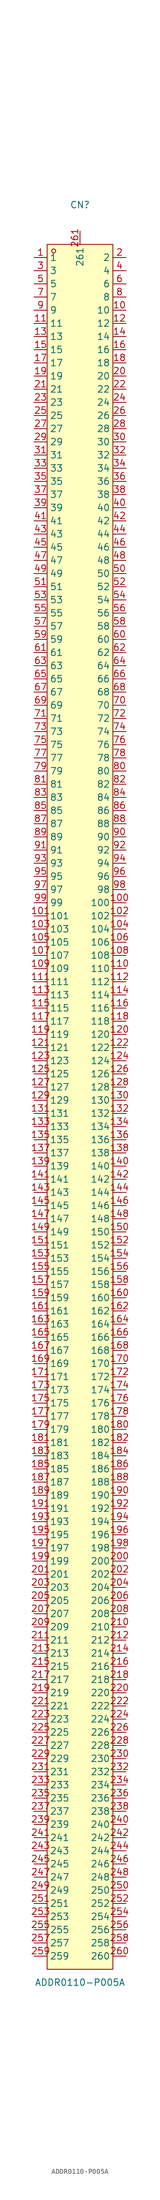
<source format=kicad_sym>
(kicad_symbol_lib
  (version 20231120)
  (generator "kicad_symbol_editor")
  (generator_version "8.0")
  (symbol "ADDR0110-P005A"
    (property "Reference" "CN"
      (at 0 173.99 0)
      (effects (font (size 1.27 1.27))))
    (property "Value" "ADDR0110-P005A"
      (at 0 -168.91 0)
      (effects (font (size 1.27 1.27))))
    (symbol "ADDR0110-P005A_0_1"
      (rectangle (start -6.35 166.37) (end 6.35 -166.37) (stroke (width 0) (type default)) (fill (type background)))
      (circle (center -5.08 165.1) (radius 0.38) (stroke (width 0) (type default)) (fill (type none)))
      (pin unspecified line (at -8.89 163.83 0) (length 2.54) (name "1" (effects (font (size 1.27 1.27)))) (number "1" (effects (font (size 1.27 1.27)))))
      (pin unspecified line (at 8.89 153.67 180) (length 2.54) (name "10" (effects (font (size 1.27 1.27)))) (number "10" (effects (font (size 1.27 1.27)))))
      (pin unspecified line (at 8.89 39.37 180) (length 2.54) (name "100" (effects (font (size 1.27 1.27)))) (number "100" (effects (font (size 1.27 1.27)))))
      (pin unspecified line (at -8.89 36.83 0) (length 2.54) (name "101" (effects (font (size 1.27 1.27)))) (number "101" (effects (font (size 1.27 1.27)))))
      (pin unspecified line (at 8.89 36.83 180) (length 2.54) (name "102" (effects (font (size 1.27 1.27)))) (number "102" (effects (font (size 1.27 1.27)))))
      (pin unspecified line (at -8.89 34.29 0) (length 2.54) (name "103" (effects (font (size 1.27 1.27)))) (number "103" (effects (font (size 1.27 1.27)))))
      (pin unspecified line (at 8.89 34.29 180) (length 2.54) (name "104" (effects (font (size 1.27 1.27)))) (number "104" (effects (font (size 1.27 1.27)))))
      (pin unspecified line (at -8.89 31.75 0) (length 2.54) (name "105" (effects (font (size 1.27 1.27)))) (number "105" (effects (font (size 1.27 1.27)))))
      (pin unspecified line (at 8.89 31.75 180) (length 2.54) (name "106" (effects (font (size 1.27 1.27)))) (number "106" (effects (font (size 1.27 1.27)))))
      (pin unspecified line (at -8.89 29.21 0) (length 2.54) (name "107" (effects (font (size 1.27 1.27)))) (number "107" (effects (font (size 1.27 1.27)))))
      (pin unspecified line (at 8.89 29.21 180) (length 2.54) (name "108" (effects (font (size 1.27 1.27)))) (number "108" (effects (font (size 1.27 1.27)))))
      (pin unspecified line (at -8.89 26.67 0) (length 2.54) (name "109" (effects (font (size 1.27 1.27)))) (number "109" (effects (font (size 1.27 1.27)))))
      (pin unspecified line (at -8.89 151.13 0) (length 2.54) (name "11" (effects (font (size 1.27 1.27)))) (number "11" (effects (font (size 1.27 1.27)))))
      (pin unspecified line (at 8.89 26.67 180) (length 2.54) (name "110" (effects (font (size 1.27 1.27)))) (number "110" (effects (font (size 1.27 1.27)))))
      (pin unspecified line (at -8.89 24.13 0) (length 2.54) (name "111" (effects (font (size 1.27 1.27)))) (number "111" (effects (font (size 1.27 1.27)))))
      (pin unspecified line (at 8.89 24.13 180) (length 2.54) (name "112" (effects (font (size 1.27 1.27)))) (number "112" (effects (font (size 1.27 1.27)))))
      (pin unspecified line (at -8.89 21.59 0) (length 2.54) (name "113" (effects (font (size 1.27 1.27)))) (number "113" (effects (font (size 1.27 1.27)))))
      (pin unspecified line (at 8.89 21.59 180) (length 2.54) (name "114" (effects (font (size 1.27 1.27)))) (number "114" (effects (font (size 1.27 1.27)))))
      (pin unspecified line (at -8.89 19.05 0) (length 2.54) (name "115" (effects (font (size 1.27 1.27)))) (number "115" (effects (font (size 1.27 1.27)))))
      (pin unspecified line (at 8.89 19.05 180) (length 2.54) (name "116" (effects (font (size 1.27 1.27)))) (number "116" (effects (font (size 1.27 1.27)))))
      (pin unspecified line (at -8.89 16.51 0) (length 2.54) (name "117" (effects (font (size 1.27 1.27)))) (number "117" (effects (font (size 1.27 1.27)))))
      (pin unspecified line (at 8.89 16.51 180) (length 2.54) (name "118" (effects (font (size 1.27 1.27)))) (number "118" (effects (font (size 1.27 1.27)))))
      (pin unspecified line (at -8.89 13.97 0) (length 2.54) (name "119" (effects (font (size 1.27 1.27)))) (number "119" (effects (font (size 1.27 1.27)))))
      (pin unspecified line (at 8.89 151.13 180) (length 2.54) (name "12" (effects (font (size 1.27 1.27)))) (number "12" (effects (font (size 1.27 1.27)))))
      (pin unspecified line (at 8.89 13.97 180) (length 2.54) (name "120" (effects (font (size 1.27 1.27)))) (number "120" (effects (font (size 1.27 1.27)))))
      (pin unspecified line (at -8.89 11.43 0) (length 2.54) (name "121" (effects (font (size 1.27 1.27)))) (number "121" (effects (font (size 1.27 1.27)))))
      (pin unspecified line (at 8.89 11.43 180) (length 2.54) (name "122" (effects (font (size 1.27 1.27)))) (number "122" (effects (font (size 1.27 1.27)))))
      (pin unspecified line (at -8.89 8.89 0) (length 2.54) (name "123" (effects (font (size 1.27 1.27)))) (number "123" (effects (font (size 1.27 1.27)))))
      (pin unspecified line (at 8.89 8.89 180) (length 2.54) (name "124" (effects (font (size 1.27 1.27)))) (number "124" (effects (font (size 1.27 1.27)))))
      (pin unspecified line (at -8.89 6.35 0) (length 2.54) (name "125" (effects (font (size 1.27 1.27)))) (number "125" (effects (font (size 1.27 1.27)))))
      (pin unspecified line (at 8.89 6.35 180) (length 2.54) (name "126" (effects (font (size 1.27 1.27)))) (number "126" (effects (font (size 1.27 1.27)))))
      (pin unspecified line (at -8.89 3.81 0) (length 2.54) (name "127" (effects (font (size 1.27 1.27)))) (number "127" (effects (font (size 1.27 1.27)))))
      (pin unspecified line (at 8.89 3.81 180) (length 2.54) (name "128" (effects (font (size 1.27 1.27)))) (number "128" (effects (font (size 1.27 1.27)))))
      (pin unspecified line (at -8.89 1.27 0) (length 2.54) (name "129" (effects (font (size 1.27 1.27)))) (number "129" (effects (font (size 1.27 1.27)))))
      (pin unspecified line (at -8.89 148.59 0) (length 2.54) (name "13" (effects (font (size 1.27 1.27)))) (number "13" (effects (font (size 1.27 1.27)))))
      (pin unspecified line (at 8.89 1.27 180) (length 2.54) (name "130" (effects (font (size 1.27 1.27)))) (number "130" (effects (font (size 1.27 1.27)))))
      (pin unspecified line (at -8.89 -1.27 0) (length 2.54) (name "131" (effects (font (size 1.27 1.27)))) (number "131" (effects (font (size 1.27 1.27)))))
      (pin unspecified line (at 8.89 -1.27 180) (length 2.54) (name "132" (effects (font (size 1.27 1.27)))) (number "132" (effects (font (size 1.27 1.27)))))
      (pin unspecified line (at -8.89 -3.81 0) (length 2.54) (name "133" (effects (font (size 1.27 1.27)))) (number "133" (effects (font (size 1.27 1.27)))))
      (pin unspecified line (at 8.89 -3.81 180) (length 2.54) (name "134" (effects (font (size 1.27 1.27)))) (number "134" (effects (font (size 1.27 1.27)))))
      (pin unspecified line (at -8.89 -6.35 0) (length 2.54) (name "135" (effects (font (size 1.27 1.27)))) (number "135" (effects (font (size 1.27 1.27)))))
      (pin unspecified line (at 8.89 -6.35 180) (length 2.54) (name "136" (effects (font (size 1.27 1.27)))) (number "136" (effects (font (size 1.27 1.27)))))
      (pin unspecified line (at -8.89 -8.89 0) (length 2.54) (name "137" (effects (font (size 1.27 1.27)))) (number "137" (effects (font (size 1.27 1.27)))))
      (pin unspecified line (at 8.89 -8.89 180) (length 2.54) (name "138" (effects (font (size 1.27 1.27)))) (number "138" (effects (font (size 1.27 1.27)))))
      (pin unspecified line (at -8.89 -11.43 0) (length 2.54) (name "139" (effects (font (size 1.27 1.27)))) (number "139" (effects (font (size 1.27 1.27)))))
      (pin unspecified line (at 8.89 148.59 180) (length 2.54) (name "14" (effects (font (size 1.27 1.27)))) (number "14" (effects (font (size 1.27 1.27)))))
      (pin unspecified line (at 8.89 -11.43 180) (length 2.54) (name "140" (effects (font (size 1.27 1.27)))) (number "140" (effects (font (size 1.27 1.27)))))
      (pin unspecified line (at -8.89 -13.97 0) (length 2.54) (name "141" (effects (font (size 1.27 1.27)))) (number "141" (effects (font (size 1.27 1.27)))))
      (pin unspecified line (at 8.89 -13.97 180) (length 2.54) (name "142" (effects (font (size 1.27 1.27)))) (number "142" (effects (font (size 1.27 1.27)))))
      (pin unspecified line (at -8.89 -16.51 0) (length 2.54) (name "143" (effects (font (size 1.27 1.27)))) (number "143" (effects (font (size 1.27 1.27)))))
      (pin unspecified line (at 8.89 -16.51 180) (length 2.54) (name "144" (effects (font (size 1.27 1.27)))) (number "144" (effects (font (size 1.27 1.27)))))
      (pin unspecified line (at -8.89 -19.05 0) (length 2.54) (name "145" (effects (font (size 1.27 1.27)))) (number "145" (effects (font (size 1.27 1.27)))))
      (pin unspecified line (at 8.89 -19.05 180) (length 2.54) (name "146" (effects (font (size 1.27 1.27)))) (number "146" (effects (font (size 1.27 1.27)))))
      (pin unspecified line (at -8.89 -21.59 0) (length 2.54) (name "147" (effects (font (size 1.27 1.27)))) (number "147" (effects (font (size 1.27 1.27)))))
      (pin unspecified line (at 8.89 -21.59 180) (length 2.54) (name "148" (effects (font (size 1.27 1.27)))) (number "148" (effects (font (size 1.27 1.27)))))
      (pin unspecified line (at -8.89 -24.13 0) (length 2.54) (name "149" (effects (font (size 1.27 1.27)))) (number "149" (effects (font (size 1.27 1.27)))))
      (pin unspecified line (at -8.89 146.05 0) (length 2.54) (name "15" (effects (font (size 1.27 1.27)))) (number "15" (effects (font (size 1.27 1.27)))))
      (pin unspecified line (at 8.89 -24.13 180) (length 2.54) (name "150" (effects (font (size 1.27 1.27)))) (number "150" (effects (font (size 1.27 1.27)))))
      (pin unspecified line (at -8.89 -26.67 0) (length 2.54) (name "151" (effects (font (size 1.27 1.27)))) (number "151" (effects (font (size 1.27 1.27)))))
      (pin unspecified line (at 8.89 -26.67 180) (length 2.54) (name "152" (effects (font (size 1.27 1.27)))) (number "152" (effects (font (size 1.27 1.27)))))
      (pin unspecified line (at -8.89 -29.21 0) (length 2.54) (name "153" (effects (font (size 1.27 1.27)))) (number "153" (effects (font (size 1.27 1.27)))))
      (pin unspecified line (at 8.89 -29.21 180) (length 2.54) (name "154" (effects (font (size 1.27 1.27)))) (number "154" (effects (font (size 1.27 1.27)))))
      (pin unspecified line (at -8.89 -31.75 0) (length 2.54) (name "155" (effects (font (size 1.27 1.27)))) (number "155" (effects (font (size 1.27 1.27)))))
      (pin unspecified line (at 8.89 -31.75 180) (length 2.54) (name "156" (effects (font (size 1.27 1.27)))) (number "156" (effects (font (size 1.27 1.27)))))
      (pin unspecified line (at -8.89 -34.29 0) (length 2.54) (name "157" (effects (font (size 1.27 1.27)))) (number "157" (effects (font (size 1.27 1.27)))))
      (pin unspecified line (at 8.89 -34.29 180) (length 2.54) (name "158" (effects (font (size 1.27 1.27)))) (number "158" (effects (font (size 1.27 1.27)))))
      (pin unspecified line (at -8.89 -36.83 0) (length 2.54) (name "159" (effects (font (size 1.27 1.27)))) (number "159" (effects (font (size 1.27 1.27)))))
      (pin unspecified line (at 8.89 146.05 180) (length 2.54) (name "16" (effects (font (size 1.27 1.27)))) (number "16" (effects (font (size 1.27 1.27)))))
      (pin unspecified line (at 8.89 -36.83 180) (length 2.54) (name "160" (effects (font (size 1.27 1.27)))) (number "160" (effects (font (size 1.27 1.27)))))
      (pin unspecified line (at -8.89 -39.37 0) (length 2.54) (name "161" (effects (font (size 1.27 1.27)))) (number "161" (effects (font (size 1.27 1.27)))))
      (pin unspecified line (at 8.89 -39.37 180) (length 2.54) (name "162" (effects (font (size 1.27 1.27)))) (number "162" (effects (font (size 1.27 1.27)))))
      (pin unspecified line (at -8.89 -41.91 0) (length 2.54) (name "163" (effects (font (size 1.27 1.27)))) (number "163" (effects (font (size 1.27 1.27)))))
      (pin unspecified line (at 8.89 -41.91 180) (length 2.54) (name "164" (effects (font (size 1.27 1.27)))) (number "164" (effects (font (size 1.27 1.27)))))
      (pin unspecified line (at -8.89 -44.45 0) (length 2.54) (name "165" (effects (font (size 1.27 1.27)))) (number "165" (effects (font (size 1.27 1.27)))))
      (pin unspecified line (at 8.89 -44.45 180) (length 2.54) (name "166" (effects (font (size 1.27 1.27)))) (number "166" (effects (font (size 1.27 1.27)))))
      (pin unspecified line (at -8.89 -46.99 0) (length 2.54) (name "167" (effects (font (size 1.27 1.27)))) (number "167" (effects (font (size 1.27 1.27)))))
      (pin unspecified line (at 8.89 -46.99 180) (length 2.54) (name "168" (effects (font (size 1.27 1.27)))) (number "168" (effects (font (size 1.27 1.27)))))
      (pin unspecified line (at -8.89 -49.53 0) (length 2.54) (name "169" (effects (font (size 1.27 1.27)))) (number "169" (effects (font (size 1.27 1.27)))))
      (pin unspecified line (at -8.89 143.51 0) (length 2.54) (name "17" (effects (font (size 1.27 1.27)))) (number "17" (effects (font (size 1.27 1.27)))))
      (pin unspecified line (at 8.89 -49.53 180) (length 2.54) (name "170" (effects (font (size 1.27 1.27)))) (number "170" (effects (font (size 1.27 1.27)))))
      (pin unspecified line (at -8.89 -52.07 0) (length 2.54) (name "171" (effects (font (size 1.27 1.27)))) (number "171" (effects (font (size 1.27 1.27)))))
      (pin unspecified line (at 8.89 -52.07 180) (length 2.54) (name "172" (effects (font (size 1.27 1.27)))) (number "172" (effects (font (size 1.27 1.27)))))
      (pin unspecified line (at -8.89 -54.61 0) (length 2.54) (name "173" (effects (font (size 1.27 1.27)))) (number "173" (effects (font (size 1.27 1.27)))))
      (pin unspecified line (at 8.89 -54.61 180) (length 2.54) (name "174" (effects (font (size 1.27 1.27)))) (number "174" (effects (font (size 1.27 1.27)))))
      (pin unspecified line (at -8.89 -57.15 0) (length 2.54) (name "175" (effects (font (size 1.27 1.27)))) (number "175" (effects (font (size 1.27 1.27)))))
      (pin unspecified line (at 8.89 -57.15 180) (length 2.54) (name "176" (effects (font (size 1.27 1.27)))) (number "176" (effects (font (size 1.27 1.27)))))
      (pin unspecified line (at -8.89 -59.69 0) (length 2.54) (name "177" (effects (font (size 1.27 1.27)))) (number "177" (effects (font (size 1.27 1.27)))))
      (pin unspecified line (at 8.89 -59.69 180) (length 2.54) (name "178" (effects (font (size 1.27 1.27)))) (number "178" (effects (font (size 1.27 1.27)))))
      (pin unspecified line (at -8.89 -62.23 0) (length 2.54) (name "179" (effects (font (size 1.27 1.27)))) (number "179" (effects (font (size 1.27 1.27)))))
      (pin unspecified line (at 8.89 143.51 180) (length 2.54) (name "18" (effects (font (size 1.27 1.27)))) (number "18" (effects (font (size 1.27 1.27)))))
      (pin unspecified line (at 8.89 -62.23 180) (length 2.54) (name "180" (effects (font (size 1.27 1.27)))) (number "180" (effects (font (size 1.27 1.27)))))
      (pin unspecified line (at -8.89 -64.77 0) (length 2.54) (name "181" (effects (font (size 1.27 1.27)))) (number "181" (effects (font (size 1.27 1.27)))))
      (pin unspecified line (at 8.89 -64.77 180) (length 2.54) (name "182" (effects (font (size 1.27 1.27)))) (number "182" (effects (font (size 1.27 1.27)))))
      (pin unspecified line (at -8.89 -67.31 0) (length 2.54) (name "183" (effects (font (size 1.27 1.27)))) (number "183" (effects (font (size 1.27 1.27)))))
      (pin unspecified line (at 8.89 -67.31 180) (length 2.54) (name "184" (effects (font (size 1.27 1.27)))) (number "184" (effects (font (size 1.27 1.27)))))
      (pin unspecified line (at -8.89 -69.85 0) (length 2.54) (name "185" (effects (font (size 1.27 1.27)))) (number "185" (effects (font (size 1.27 1.27)))))
      (pin unspecified line (at 8.89 -69.85 180) (length 2.54) (name "186" (effects (font (size 1.27 1.27)))) (number "186" (effects (font (size 1.27 1.27)))))
      (pin unspecified line (at -8.89 -72.39 0) (length 2.54) (name "187" (effects (font (size 1.27 1.27)))) (number "187" (effects (font (size 1.27 1.27)))))
      (pin unspecified line (at 8.89 -72.39 180) (length 2.54) (name "188" (effects (font (size 1.27 1.27)))) (number "188" (effects (font (size 1.27 1.27)))))
      (pin unspecified line (at -8.89 -74.93 0) (length 2.54) (name "189" (effects (font (size 1.27 1.27)))) (number "189" (effects (font (size 1.27 1.27)))))
      (pin unspecified line (at -8.89 140.97 0) (length 2.54) (name "19" (effects (font (size 1.27 1.27)))) (number "19" (effects (font (size 1.27 1.27)))))
      (pin unspecified line (at 8.89 -74.93 180) (length 2.54) (name "190" (effects (font (size 1.27 1.27)))) (number "190" (effects (font (size 1.27 1.27)))))
      (pin unspecified line (at -8.89 -77.47 0) (length 2.54) (name "191" (effects (font (size 1.27 1.27)))) (number "191" (effects (font (size 1.27 1.27)))))
      (pin unspecified line (at 8.89 -77.47 180) (length 2.54) (name "192" (effects (font (size 1.27 1.27)))) (number "192" (effects (font (size 1.27 1.27)))))
      (pin unspecified line (at -8.89 -80.01 0) (length 2.54) (name "193" (effects (font (size 1.27 1.27)))) (number "193" (effects (font (size 1.27 1.27)))))
      (pin unspecified line (at 8.89 -80.01 180) (length 2.54) (name "194" (effects (font (size 1.27 1.27)))) (number "194" (effects (font (size 1.27 1.27)))))
      (pin unspecified line (at -8.89 -82.55 0) (length 2.54) (name "195" (effects (font (size 1.27 1.27)))) (number "195" (effects (font (size 1.27 1.27)))))
      (pin unspecified line (at 8.89 -82.55 180) (length 2.54) (name "196" (effects (font (size 1.27 1.27)))) (number "196" (effects (font (size 1.27 1.27)))))
      (pin unspecified line (at -8.89 -85.09 0) (length 2.54) (name "197" (effects (font (size 1.27 1.27)))) (number "197" (effects (font (size 1.27 1.27)))))
      (pin unspecified line (at 8.89 -85.09 180) (length 2.54) (name "198" (effects (font (size 1.27 1.27)))) (number "198" (effects (font (size 1.27 1.27)))))
      (pin unspecified line (at -8.89 -87.63 0) (length 2.54) (name "199" (effects (font (size 1.27 1.27)))) (number "199" (effects (font (size 1.27 1.27)))))
      (pin unspecified line (at 8.89 163.83 180) (length 2.54) (name "2" (effects (font (size 1.27 1.27)))) (number "2" (effects (font (size 1.27 1.27)))))
      (pin unspecified line (at 8.89 140.97 180) (length 2.54) (name "20" (effects (font (size 1.27 1.27)))) (number "20" (effects (font (size 1.27 1.27)))))
      (pin unspecified line (at 8.89 -87.63 180) (length 2.54) (name "200" (effects (font (size 1.27 1.27)))) (number "200" (effects (font (size 1.27 1.27)))))
      (pin unspecified line (at -8.89 -90.17 0) (length 2.54) (name "201" (effects (font (size 1.27 1.27)))) (number "201" (effects (font (size 1.27 1.27)))))
      (pin unspecified line (at 8.89 -90.17 180) (length 2.54) (name "202" (effects (font (size 1.27 1.27)))) (number "202" (effects (font (size 1.27 1.27)))))
      (pin unspecified line (at -8.89 -92.71 0) (length 2.54) (name "203" (effects (font (size 1.27 1.27)))) (number "203" (effects (font (size 1.27 1.27)))))
      (pin unspecified line (at 8.89 -92.71 180) (length 2.54) (name "204" (effects (font (size 1.27 1.27)))) (number "204" (effects (font (size 1.27 1.27)))))
      (pin unspecified line (at -8.89 -95.25 0) (length 2.54) (name "205" (effects (font (size 1.27 1.27)))) (number "205" (effects (font (size 1.27 1.27)))))
      (pin unspecified line (at 8.89 -95.25 180) (length 2.54) (name "206" (effects (font (size 1.27 1.27)))) (number "206" (effects (font (size 1.27 1.27)))))
      (pin unspecified line (at -8.89 -97.79 0) (length 2.54) (name "207" (effects (font (size 1.27 1.27)))) (number "207" (effects (font (size 1.27 1.27)))))
      (pin unspecified line (at 8.89 -97.79 180) (length 2.54) (name "208" (effects (font (size 1.27 1.27)))) (number "208" (effects (font (size 1.27 1.27)))))
      (pin unspecified line (at -8.89 -100.33 0) (length 2.54) (name "209" (effects (font (size 1.27 1.27)))) (number "209" (effects (font (size 1.27 1.27)))))
      (pin unspecified line (at -8.89 138.43 0) (length 2.54) (name "21" (effects (font (size 1.27 1.27)))) (number "21" (effects (font (size 1.27 1.27)))))
      (pin unspecified line (at 8.89 -100.33 180) (length 2.54) (name "210" (effects (font (size 1.27 1.27)))) (number "210" (effects (font (size 1.27 1.27)))))
      (pin unspecified line (at -8.89 -102.87 0) (length 2.54) (name "211" (effects (font (size 1.27 1.27)))) (number "211" (effects (font (size 1.27 1.27)))))
      (pin unspecified line (at 8.89 -102.87 180) (length 2.54) (name "212" (effects (font (size 1.27 1.27)))) (number "212" (effects (font (size 1.27 1.27)))))
      (pin unspecified line (at -8.89 -105.41 0) (length 2.54) (name "213" (effects (font (size 1.27 1.27)))) (number "213" (effects (font (size 1.27 1.27)))))
      (pin unspecified line (at 8.89 -105.41 180) (length 2.54) (name "214" (effects (font (size 1.27 1.27)))) (number "214" (effects (font (size 1.27 1.27)))))
      (pin unspecified line (at -8.89 -107.95 0) (length 2.54) (name "215" (effects (font (size 1.27 1.27)))) (number "215" (effects (font (size 1.27 1.27)))))
      (pin unspecified line (at 8.89 -107.95 180) (length 2.54) (name "216" (effects (font (size 1.27 1.27)))) (number "216" (effects (font (size 1.27 1.27)))))
      (pin unspecified line (at -8.89 -110.49 0) (length 2.54) (name "217" (effects (font (size 1.27 1.27)))) (number "217" (effects (font (size 1.27 1.27)))))
      (pin unspecified line (at 8.89 -110.49 180) (length 2.54) (name "218" (effects (font (size 1.27 1.27)))) (number "218" (effects (font (size 1.27 1.27)))))
      (pin unspecified line (at -8.89 -113.03 0) (length 2.54) (name "219" (effects (font (size 1.27 1.27)))) (number "219" (effects (font (size 1.27 1.27)))))
      (pin unspecified line (at 8.89 138.43 180) (length 2.54) (name "22" (effects (font (size 1.27 1.27)))) (number "22" (effects (font (size 1.27 1.27)))))
      (pin unspecified line (at 8.89 -113.03 180) (length 2.54) (name "220" (effects (font (size 1.27 1.27)))) (number "220" (effects (font (size 1.27 1.27)))))
      (pin unspecified line (at -8.89 -115.57 0) (length 2.54) (name "221" (effects (font (size 1.27 1.27)))) (number "221" (effects (font (size 1.27 1.27)))))
      (pin unspecified line (at 8.89 -115.57 180) (length 2.54) (name "222" (effects (font (size 1.27 1.27)))) (number "222" (effects (font (size 1.27 1.27)))))
      (pin unspecified line (at -8.89 -118.11 0) (length 2.54) (name "223" (effects (font (size 1.27 1.27)))) (number "223" (effects (font (size 1.27 1.27)))))
      (pin unspecified line (at 8.89 -118.11 180) (length 2.54) (name "224" (effects (font (size 1.27 1.27)))) (number "224" (effects (font (size 1.27 1.27)))))
      (pin unspecified line (at -8.89 -120.65 0) (length 2.54) (name "225" (effects (font (size 1.27 1.27)))) (number "225" (effects (font (size 1.27 1.27)))))
      (pin unspecified line (at 8.89 -120.65 180) (length 2.54) (name "226" (effects (font (size 1.27 1.27)))) (number "226" (effects (font (size 1.27 1.27)))))
      (pin unspecified line (at -8.89 -123.19 0) (length 2.54) (name "227" (effects (font (size 1.27 1.27)))) (number "227" (effects (font (size 1.27 1.27)))))
      (pin unspecified line (at 8.89 -123.19 180) (length 2.54) (name "228" (effects (font (size 1.27 1.27)))) (number "228" (effects (font (size 1.27 1.27)))))
      (pin unspecified line (at -8.89 -125.73 0) (length 2.54) (name "229" (effects (font (size 1.27 1.27)))) (number "229" (effects (font (size 1.27 1.27)))))
      (pin unspecified line (at -8.89 135.89 0) (length 2.54) (name "23" (effects (font (size 1.27 1.27)))) (number "23" (effects (font (size 1.27 1.27)))))
      (pin unspecified line (at 8.89 -125.73 180) (length 2.54) (name "230" (effects (font (size 1.27 1.27)))) (number "230" (effects (font (size 1.27 1.27)))))
      (pin unspecified line (at -8.89 -128.27 0) (length 2.54) (name "231" (effects (font (size 1.27 1.27)))) (number "231" (effects (font (size 1.27 1.27)))))
      (pin unspecified line (at 8.89 -128.27 180) (length 2.54) (name "232" (effects (font (size 1.27 1.27)))) (number "232" (effects (font (size 1.27 1.27)))))
      (pin unspecified line (at -8.89 -130.81 0) (length 2.54) (name "233" (effects (font (size 1.27 1.27)))) (number "233" (effects (font (size 1.27 1.27)))))
      (pin unspecified line (at 8.89 -130.81 180) (length 2.54) (name "234" (effects (font (size 1.27 1.27)))) (number "234" (effects (font (size 1.27 1.27)))))
      (pin unspecified line (at -8.89 -133.35 0) (length 2.54) (name "235" (effects (font (size 1.27 1.27)))) (number "235" (effects (font (size 1.27 1.27)))))
      (pin unspecified line (at 8.89 -133.35 180) (length 2.54) (name "236" (effects (font (size 1.27 1.27)))) (number "236" (effects (font (size 1.27 1.27)))))
      (pin unspecified line (at -8.89 -135.89 0) (length 2.54) (name "237" (effects (font (size 1.27 1.27)))) (number "237" (effects (font (size 1.27 1.27)))))
      (pin unspecified line (at 8.89 -135.89 180) (length 2.54) (name "238" (effects (font (size 1.27 1.27)))) (number "238" (effects (font (size 1.27 1.27)))))
      (pin unspecified line (at -8.89 -138.43 0) (length 2.54) (name "239" (effects (font (size 1.27 1.27)))) (number "239" (effects (font (size 1.27 1.27)))))
      (pin unspecified line (at 8.89 135.89 180) (length 2.54) (name "24" (effects (font (size 1.27 1.27)))) (number "24" (effects (font (size 1.27 1.27)))))
      (pin unspecified line (at 8.89 -138.43 180) (length 2.54) (name "240" (effects (font (size 1.27 1.27)))) (number "240" (effects (font (size 1.27 1.27)))))
      (pin unspecified line (at -8.89 -140.97 0) (length 2.54) (name "241" (effects (font (size 1.27 1.27)))) (number "241" (effects (font (size 1.27 1.27)))))
      (pin unspecified line (at 8.89 -140.97 180) (length 2.54) (name "242" (effects (font (size 1.27 1.27)))) (number "242" (effects (font (size 1.27 1.27)))))
      (pin unspecified line (at -8.89 -143.51 0) (length 2.54) (name "243" (effects (font (size 1.27 1.27)))) (number "243" (effects (font (size 1.27 1.27)))))
      (pin unspecified line (at 8.89 -143.51 180) (length 2.54) (name "244" (effects (font (size 1.27 1.27)))) (number "244" (effects (font (size 1.27 1.27)))))
      (pin unspecified line (at -8.89 -146.05 0) (length 2.54) (name "245" (effects (font (size 1.27 1.27)))) (number "245" (effects (font (size 1.27 1.27)))))
      (pin unspecified line (at 8.89 -146.05 180) (length 2.54) (name "246" (effects (font (size 1.27 1.27)))) (number "246" (effects (font (size 1.27 1.27)))))
      (pin unspecified line (at -8.89 -148.59 0) (length 2.54) (name "247" (effects (font (size 1.27 1.27)))) (number "247" (effects (font (size 1.27 1.27)))))
      (pin unspecified line (at 8.89 -148.59 180) (length 2.54) (name "248" (effects (font (size 1.27 1.27)))) (number "248" (effects (font (size 1.27 1.27)))))
      (pin unspecified line (at -8.89 -151.13 0) (length 2.54) (name "249" (effects (font (size 1.27 1.27)))) (number "249" (effects (font (size 1.27 1.27)))))
      (pin unspecified line (at -8.89 133.35 0) (length 2.54) (name "25" (effects (font (size 1.27 1.27)))) (number "25" (effects (font (size 1.27 1.27)))))
      (pin unspecified line (at 8.89 -151.13 180) (length 2.54) (name "250" (effects (font (size 1.27 1.27)))) (number "250" (effects (font (size 1.27 1.27)))))
      (pin unspecified line (at -8.89 -153.67 0) (length 2.54) (name "251" (effects (font (size 1.27 1.27)))) (number "251" (effects (font (size 1.27 1.27)))))
      (pin unspecified line (at 8.89 -153.67 180) (length 2.54) (name "252" (effects (font (size 1.27 1.27)))) (number "252" (effects (font (size 1.27 1.27)))))
      (pin unspecified line (at -8.89 -156.21 0) (length 2.54) (name "253" (effects (font (size 1.27 1.27)))) (number "253" (effects (font (size 1.27 1.27)))))
      (pin unspecified line (at 8.89 -156.21 180) (length 2.54) (name "254" (effects (font (size 1.27 1.27)))) (number "254" (effects (font (size 1.27 1.27)))))
      (pin unspecified line (at -8.89 -158.75 0) (length 2.54) (name "255" (effects (font (size 1.27 1.27)))) (number "255" (effects (font (size 1.27 1.27)))))
      (pin unspecified line (at 8.89 -158.75 180) (length 2.54) (name "256" (effects (font (size 1.27 1.27)))) (number "256" (effects (font (size 1.27 1.27)))))
      (pin unspecified line (at -8.89 -161.29 0) (length 2.54) (name "257" (effects (font (size 1.27 1.27)))) (number "257" (effects (font (size 1.27 1.27)))))
      (pin unspecified line (at 8.89 -161.29 180) (length 2.54) (name "258" (effects (font (size 1.27 1.27)))) (number "258" (effects (font (size 1.27 1.27)))))
      (pin unspecified line (at -8.89 -163.83 0) (length 2.54) (name "259" (effects (font (size 1.27 1.27)))) (number "259" (effects (font (size 1.27 1.27)))))
      (pin unspecified line (at 8.89 133.35 180) (length 2.54) (name "26" (effects (font (size 1.27 1.27)))) (number "26" (effects (font (size 1.27 1.27)))))
      (pin unspecified line (at 8.89 -163.83 180) (length 2.54) (name "260" (effects (font (size 1.27 1.27)))) (number "260" (effects (font (size 1.27 1.27)))))
      (pin unspecified line (at 0 168.91 270) (length 2.54) (name "261" (effects (font (size 1.27 1.27)))) (number "261" (effects (font (size 1.27 1.27)))))
      (pin unspecified line (at -8.89 130.81 0) (length 2.54) (name "27" (effects (font (size 1.27 1.27)))) (number "27" (effects (font (size 1.27 1.27)))))
      (pin unspecified line (at 8.89 130.81 180) (length 2.54) (name "28" (effects (font (size 1.27 1.27)))) (number "28" (effects (font (size 1.27 1.27)))))
      (pin unspecified line (at -8.89 128.27 0) (length 2.54) (name "29" (effects (font (size 1.27 1.27)))) (number "29" (effects (font (size 1.27 1.27)))))
      (pin unspecified line (at -8.89 161.29 0) (length 2.54) (name "3" (effects (font (size 1.27 1.27)))) (number "3" (effects (font (size 1.27 1.27)))))
      (pin unspecified line (at 8.89 128.27 180) (length 2.54) (name "30" (effects (font (size 1.27 1.27)))) (number "30" (effects (font (size 1.27 1.27)))))
      (pin unspecified line (at -8.89 125.73 0) (length 2.54) (name "31" (effects (font (size 1.27 1.27)))) (number "31" (effects (font (size 1.27 1.27)))))
      (pin unspecified line (at 8.89 125.73 180) (length 2.54) (name "32" (effects (font (size 1.27 1.27)))) (number "32" (effects (font (size 1.27 1.27)))))
      (pin unspecified line (at -8.89 123.19 0) (length 2.54) (name "33" (effects (font (size 1.27 1.27)))) (number "33" (effects (font (size 1.27 1.27)))))
      (pin unspecified line (at 8.89 123.19 180) (length 2.54) (name "34" (effects (font (size 1.27 1.27)))) (number "34" (effects (font (size 1.27 1.27)))))
      (pin unspecified line (at -8.89 120.65 0) (length 2.54) (name "35" (effects (font (size 1.27 1.27)))) (number "35" (effects (font (size 1.27 1.27)))))
      (pin unspecified line (at 8.89 120.65 180) (length 2.54) (name "36" (effects (font (size 1.27 1.27)))) (number "36" (effects (font (size 1.27 1.27)))))
      (pin unspecified line (at -8.89 118.11 0) (length 2.54) (name "37" (effects (font (size 1.27 1.27)))) (number "37" (effects (font (size 1.27 1.27)))))
      (pin unspecified line (at 8.89 118.11 180) (length 2.54) (name "38" (effects (font (size 1.27 1.27)))) (number "38" (effects (font (size 1.27 1.27)))))
      (pin unspecified line (at -8.89 115.57 0) (length 2.54) (name "39" (effects (font (size 1.27 1.27)))) (number "39" (effects (font (size 1.27 1.27)))))
      (pin unspecified line (at 8.89 161.29 180) (length 2.54) (name "4" (effects (font (size 1.27 1.27)))) (number "4" (effects (font (size 1.27 1.27)))))
      (pin unspecified line (at 8.89 115.57 180) (length 2.54) (name "40" (effects (font (size 1.27 1.27)))) (number "40" (effects (font (size 1.27 1.27)))))
      (pin unspecified line (at -8.89 113.03 0) (length 2.54) (name "41" (effects (font (size 1.27 1.27)))) (number "41" (effects (font (size 1.27 1.27)))))
      (pin unspecified line (at 8.89 113.03 180) (length 2.54) (name "42" (effects (font (size 1.27 1.27)))) (number "42" (effects (font (size 1.27 1.27)))))
      (pin unspecified line (at -8.89 110.49 0) (length 2.54) (name "43" (effects (font (size 1.27 1.27)))) (number "43" (effects (font (size 1.27 1.27)))))
      (pin unspecified line (at 8.89 110.49 180) (length 2.54) (name "44" (effects (font (size 1.27 1.27)))) (number "44" (effects (font (size 1.27 1.27)))))
      (pin unspecified line (at -8.89 107.95 0) (length 2.54) (name "45" (effects (font (size 1.27 1.27)))) (number "45" (effects (font (size 1.27 1.27)))))
      (pin unspecified line (at 8.89 107.95 180) (length 2.54) (name "46" (effects (font (size 1.27 1.27)))) (number "46" (effects (font (size 1.27 1.27)))))
      (pin unspecified line (at -8.89 105.41 0) (length 2.54) (name "47" (effects (font (size 1.27 1.27)))) (number "47" (effects (font (size 1.27 1.27)))))
      (pin unspecified line (at 8.89 105.41 180) (length 2.54) (name "48" (effects (font (size 1.27 1.27)))) (number "48" (effects (font (size 1.27 1.27)))))
      (pin unspecified line (at -8.89 102.87 0) (length 2.54) (name "49" (effects (font (size 1.27 1.27)))) (number "49" (effects (font (size 1.27 1.27)))))
      (pin unspecified line (at -8.89 158.75 0) (length 2.54) (name "5" (effects (font (size 1.27 1.27)))) (number "5" (effects (font (size 1.27 1.27)))))
      (pin unspecified line (at 8.89 102.87 180) (length 2.54) (name "50" (effects (font (size 1.27 1.27)))) (number "50" (effects (font (size 1.27 1.27)))))
      (pin unspecified line (at -8.89 100.33 0) (length 2.54) (name "51" (effects (font (size 1.27 1.27)))) (number "51" (effects (font (size 1.27 1.27)))))
      (pin unspecified line (at 8.89 100.33 180) (length 2.54) (name "52" (effects (font (size 1.27 1.27)))) (number "52" (effects (font (size 1.27 1.27)))))
      (pin unspecified line (at -8.89 97.79 0) (length 2.54) (name "53" (effects (font (size 1.27 1.27)))) (number "53" (effects (font (size 1.27 1.27)))))
      (pin unspecified line (at 8.89 97.79 180) (length 2.54) (name "54" (effects (font (size 1.27 1.27)))) (number "54" (effects (font (size 1.27 1.27)))))
      (pin unspecified line (at -8.89 95.25 0) (length 2.54) (name "55" (effects (font (size 1.27 1.27)))) (number "55" (effects (font (size 1.27 1.27)))))
      (pin unspecified line (at 8.89 95.25 180) (length 2.54) (name "56" (effects (font (size 1.27 1.27)))) (number "56" (effects (font (size 1.27 1.27)))))
      (pin unspecified line (at -8.89 92.71 0) (length 2.54) (name "57" (effects (font (size 1.27 1.27)))) (number "57" (effects (font (size 1.27 1.27)))))
      (pin unspecified line (at 8.89 92.71 180) (length 2.54) (name "58" (effects (font (size 1.27 1.27)))) (number "58" (effects (font (size 1.27 1.27)))))
      (pin unspecified line (at -8.89 90.17 0) (length 2.54) (name "59" (effects (font (size 1.27 1.27)))) (number "59" (effects (font (size 1.27 1.27)))))
      (pin unspecified line (at 8.89 158.75 180) (length 2.54) (name "6" (effects (font (size 1.27 1.27)))) (number "6" (effects (font (size 1.27 1.27)))))
      (pin unspecified line (at 8.89 90.17 180) (length 2.54) (name "60" (effects (font (size 1.27 1.27)))) (number "60" (effects (font (size 1.27 1.27)))))
      (pin unspecified line (at -8.89 87.63 0) (length 2.54) (name "61" (effects (font (size 1.27 1.27)))) (number "61" (effects (font (size 1.27 1.27)))))
      (pin unspecified line (at 8.89 87.63 180) (length 2.54) (name "62" (effects (font (size 1.27 1.27)))) (number "62" (effects (font (size 1.27 1.27)))))
      (pin unspecified line (at -8.89 85.09 0) (length 2.54) (name "63" (effects (font (size 1.27 1.27)))) (number "63" (effects (font (size 1.27 1.27)))))
      (pin unspecified line (at 8.89 85.09 180) (length 2.54) (name "64" (effects (font (size 1.27 1.27)))) (number "64" (effects (font (size 1.27 1.27)))))
      (pin unspecified line (at -8.89 82.55 0) (length 2.54) (name "65" (effects (font (size 1.27 1.27)))) (number "65" (effects (font (size 1.27 1.27)))))
      (pin unspecified line (at 8.89 82.55 180) (length 2.54) (name "66" (effects (font (size 1.27 1.27)))) (number "66" (effects (font (size 1.27 1.27)))))
      (pin unspecified line (at -8.89 80.01 0) (length 2.54) (name "67" (effects (font (size 1.27 1.27)))) (number "67" (effects (font (size 1.27 1.27)))))
      (pin unspecified line (at 8.89 80.01 180) (length 2.54) (name "68" (effects (font (size 1.27 1.27)))) (number "68" (effects (font (size 1.27 1.27)))))
      (pin unspecified line (at -8.89 77.47 0) (length 2.54) (name "69" (effects (font (size 1.27 1.27)))) (number "69" (effects (font (size 1.27 1.27)))))
      (pin unspecified line (at -8.89 156.21 0) (length 2.54) (name "7" (effects (font (size 1.27 1.27)))) (number "7" (effects (font (size 1.27 1.27)))))
      (pin unspecified line (at 8.89 77.47 180) (length 2.54) (name "70" (effects (font (size 1.27 1.27)))) (number "70" (effects (font (size 1.27 1.27)))))
      (pin unspecified line (at -8.89 74.93 0) (length 2.54) (name "71" (effects (font (size 1.27 1.27)))) (number "71" (effects (font (size 1.27 1.27)))))
      (pin unspecified line (at 8.89 74.93 180) (length 2.54) (name "72" (effects (font (size 1.27 1.27)))) (number "72" (effects (font (size 1.27 1.27)))))
      (pin unspecified line (at -8.89 72.39 0) (length 2.54) (name "73" (effects (font (size 1.27 1.27)))) (number "73" (effects (font (size 1.27 1.27)))))
      (pin unspecified line (at 8.89 72.39 180) (length 2.54) (name "74" (effects (font (size 1.27 1.27)))) (number "74" (effects (font (size 1.27 1.27)))))
      (pin unspecified line (at -8.89 69.85 0) (length 2.54) (name "75" (effects (font (size 1.27 1.27)))) (number "75" (effects (font (size 1.27 1.27)))))
      (pin unspecified line (at 8.89 69.85 180) (length 2.54) (name "76" (effects (font (size 1.27 1.27)))) (number "76" (effects (font (size 1.27 1.27)))))
      (pin unspecified line (at -8.89 67.31 0) (length 2.54) (name "77" (effects (font (size 1.27 1.27)))) (number "77" (effects (font (size 1.27 1.27)))))
      (pin unspecified line (at 8.89 67.31 180) (length 2.54) (name "78" (effects (font (size 1.27 1.27)))) (number "78" (effects (font (size 1.27 1.27)))))
      (pin unspecified line (at -8.89 64.77 0) (length 2.54) (name "79" (effects (font (size 1.27 1.27)))) (number "79" (effects (font (size 1.27 1.27)))))
      (pin unspecified line (at 8.89 156.21 180) (length 2.54) (name "8" (effects (font (size 1.27 1.27)))) (number "8" (effects (font (size 1.27 1.27)))))
      (pin unspecified line (at 8.89 64.77 180) (length 2.54) (name "80" (effects (font (size 1.27 1.27)))) (number "80" (effects (font (size 1.27 1.27)))))
      (pin unspecified line (at -8.89 62.23 0) (length 2.54) (name "81" (effects (font (size 1.27 1.27)))) (number "81" (effects (font (size 1.27 1.27)))))
      (pin unspecified line (at 8.89 62.23 180) (length 2.54) (name "82" (effects (font (size 1.27 1.27)))) (number "82" (effects (font (size 1.27 1.27)))))
      (pin unspecified line (at -8.89 59.69 0) (length 2.54) (name "83" (effects (font (size 1.27 1.27)))) (number "83" (effects (font (size 1.27 1.27)))))
      (pin unspecified line (at 8.89 59.69 180) (length 2.54) (name "84" (effects (font (size 1.27 1.27)))) (number "84" (effects (font (size 1.27 1.27)))))
      (pin unspecified line (at -8.89 57.15 0) (length 2.54) (name "85" (effects (font (size 1.27 1.27)))) (number "85" (effects (font (size 1.27 1.27)))))
      (pin unspecified line (at 8.89 57.15 180) (length 2.54) (name "86" (effects (font (size 1.27 1.27)))) (number "86" (effects (font (size 1.27 1.27)))))
      (pin unspecified line (at -8.89 54.61 0) (length 2.54) (name "87" (effects (font (size 1.27 1.27)))) (number "87" (effects (font (size 1.27 1.27)))))
      (pin unspecified line (at 8.89 54.61 180) (length 2.54) (name "88" (effects (font (size 1.27 1.27)))) (number "88" (effects (font (size 1.27 1.27)))))
      (pin unspecified line (at -8.89 52.07 0) (length 2.54) (name "89" (effects (font (size 1.27 1.27)))) (number "89" (effects (font (size 1.27 1.27)))))
      (pin unspecified line (at -8.89 153.67 0) (length 2.54) (name "9" (effects (font (size 1.27 1.27)))) (number "9" (effects (font (size 1.27 1.27)))))
      (pin unspecified line (at 8.89 52.07 180) (length 2.54) (name "90" (effects (font (size 1.27 1.27)))) (number "90" (effects (font (size 1.27 1.27)))))
      (pin unspecified line (at -8.89 49.53 0) (length 2.54) (name "91" (effects (font (size 1.27 1.27)))) (number "91" (effects (font (size 1.27 1.27)))))
      (pin unspecified line (at 8.89 49.53 180) (length 2.54) (name "92" (effects (font (size 1.27 1.27)))) (number "92" (effects (font (size 1.27 1.27)))))
      (pin unspecified line (at -8.89 46.99 0) (length 2.54) (name "93" (effects (font (size 1.27 1.27)))) (number "93" (effects (font (size 1.27 1.27)))))
      (pin unspecified line (at 8.89 46.99 180) (length 2.54) (name "94" (effects (font (size 1.27 1.27)))) (number "94" (effects (font (size 1.27 1.27)))))
      (pin unspecified line (at -8.89 44.45 0) (length 2.54) (name "95" (effects (font (size 1.27 1.27)))) (number "95" (effects (font (size 1.27 1.27)))))
      (pin unspecified line (at 8.89 44.45 180) (length 2.54) (name "96" (effects (font (size 1.27 1.27)))) (number "96" (effects (font (size 1.27 1.27)))))
      (pin unspecified line (at -8.89 41.91 0) (length 2.54) (name "97" (effects (font (size 1.27 1.27)))) (number "97" (effects (font (size 1.27 1.27)))))
      (pin unspecified line (at 8.89 41.91 180) (length 2.54) (name "98" (effects (font (size 1.27 1.27)))) (number "98" (effects (font (size 1.27 1.27)))))
      (pin unspecified line (at -8.89 39.37 0) (length 2.54) (name "99" (effects (font (size 1.27 1.27)))) (number "99" (effects (font (size 1.27 1.27))))))))
</source>
